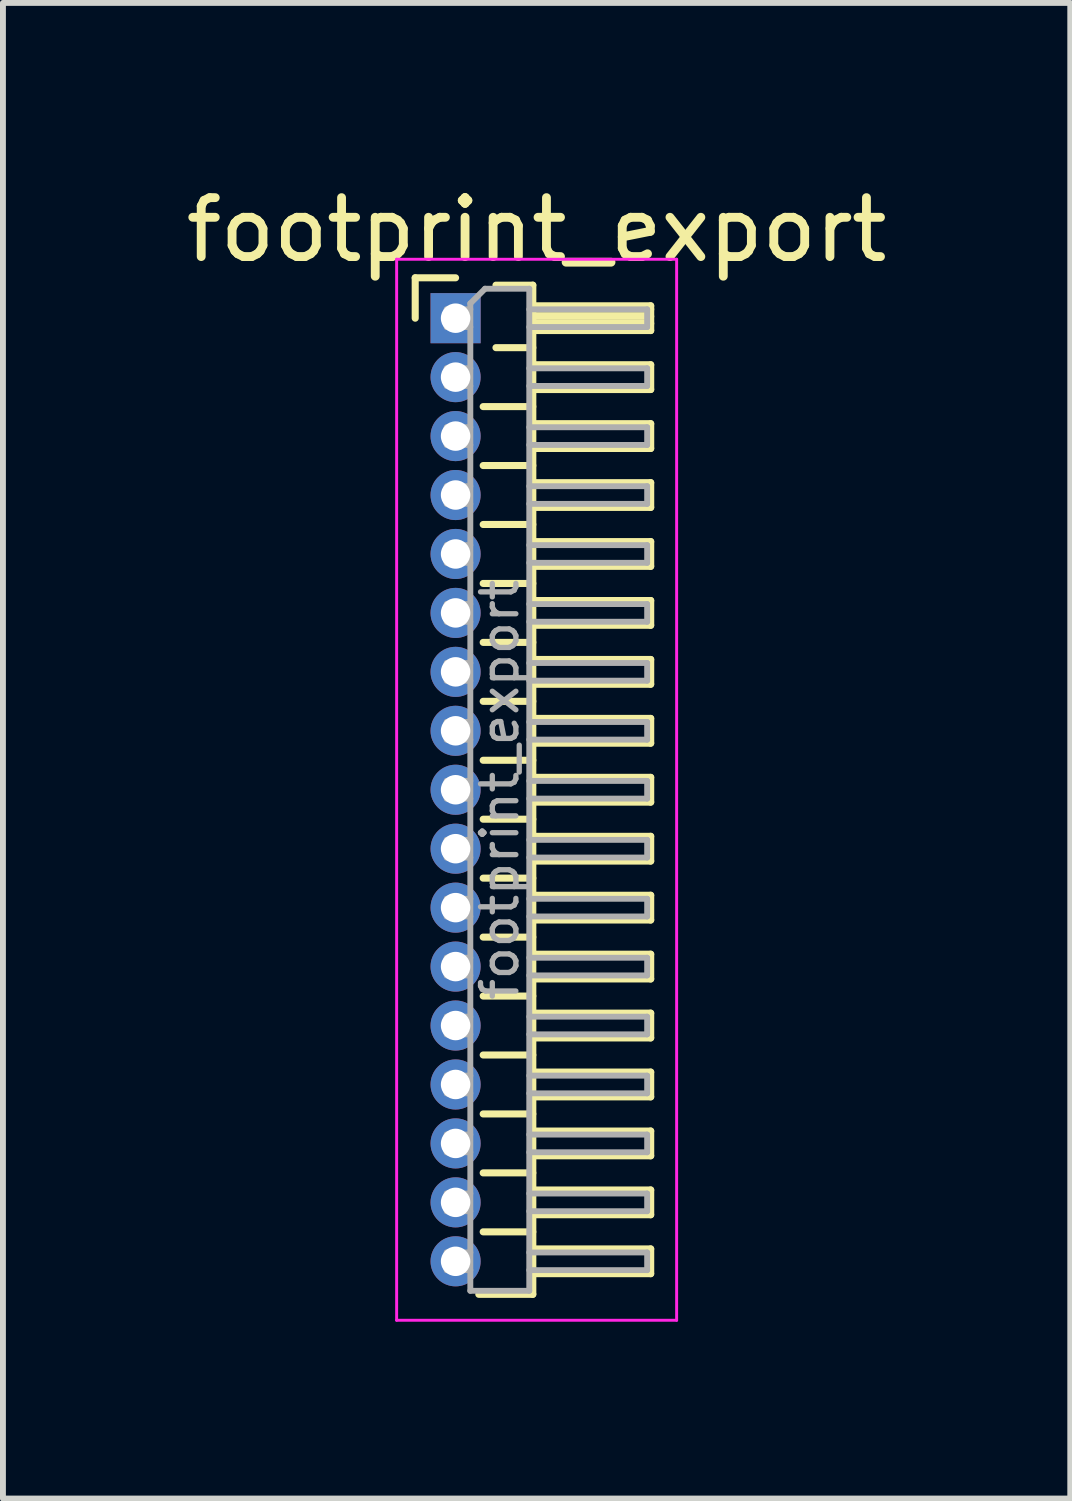
<source format=kicad_pcb>
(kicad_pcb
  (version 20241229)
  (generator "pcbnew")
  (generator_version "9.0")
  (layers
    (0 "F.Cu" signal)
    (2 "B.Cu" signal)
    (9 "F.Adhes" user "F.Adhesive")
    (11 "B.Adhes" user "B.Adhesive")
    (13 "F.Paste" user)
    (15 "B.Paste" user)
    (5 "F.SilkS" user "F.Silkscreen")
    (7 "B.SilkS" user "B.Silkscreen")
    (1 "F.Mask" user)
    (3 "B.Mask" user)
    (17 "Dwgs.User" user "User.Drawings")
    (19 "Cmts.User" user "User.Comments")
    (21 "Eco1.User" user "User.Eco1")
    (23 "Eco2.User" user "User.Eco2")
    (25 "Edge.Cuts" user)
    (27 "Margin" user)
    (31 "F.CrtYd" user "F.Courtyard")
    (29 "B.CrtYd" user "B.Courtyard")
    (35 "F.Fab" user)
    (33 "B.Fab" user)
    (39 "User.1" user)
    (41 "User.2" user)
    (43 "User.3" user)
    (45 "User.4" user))
  (footprint "footprint_export"
    (layer "F.Cu")
    (at 4.679 2.348)
    (property "Reference" "footprint_export" (at 1.375 -1.5 0) (layer "F.SilkS") (effects (font (size 1 1) (thickness 0.15))))
    (attr through_hole)
    (fp_line (start -0.685 -0.685) (end 0 -0.685) (stroke (width 0.12) (type solid)) (layer "F.SilkS"))
    (fp_line (start -0.685 0) (end -0.685 -0.685) (stroke (width 0.12) (type solid)) (layer "F.SilkS"))
    (fp_line (start 0.468 1.5) (end 1.31 1.5) (stroke (width 0.12) (type solid)) (layer "F.SilkS"))
    (fp_line (start 0.468 2.5) (end 1.31 2.5) (stroke (width 0.12) (type solid)) (layer "F.SilkS"))
    (fp_line (start 0.468 3.5) (end 1.31 3.5) (stroke (width 0.12) (type solid)) (layer "F.SilkS"))
    (fp_line (start 0.468 4.5) (end 1.31 4.5) (stroke (width 0.12) (type solid)) (layer "F.SilkS"))
    (fp_line (start 0.468 5.5) (end 1.31 5.5) (stroke (width 0.12) (type solid)) (layer "F.SilkS"))
    (fp_line (start 0.468 6.5) (end 1.31 6.5) (stroke (width 0.12) (type solid)) (layer "F.SilkS"))
    (fp_line (start 0.468 7.5) (end 1.31 7.5) (stroke (width 0.12) (type solid)) (layer "F.SilkS"))
    (fp_line (start 0.468 8.5) (end 1.31 8.5) (stroke (width 0.12) (type solid)) (layer "F.SilkS"))
    (fp_line (start 0.468 9.5) (end 1.31 9.5) (stroke (width 0.12) (type solid)) (layer "F.SilkS"))
    (fp_line (start 0.468 10.5) (end 1.31 10.5) (stroke (width 0.12) (type solid)) (layer "F.SilkS"))
    (fp_line (start 0.468 11.5) (end 1.31 11.5) (stroke (width 0.12) (type solid)) (layer "F.SilkS"))
    (fp_line (start 0.468 12.5) (end 1.31 12.5) (stroke (width 0.12) (type solid)) (layer "F.SilkS"))
    (fp_line (start 0.468 13.5) (end 1.31 13.5) (stroke (width 0.12) (type solid)) (layer "F.SilkS"))
    (fp_line (start 0.468 14.5) (end 1.31 14.5) (stroke (width 0.12) (type solid)) (layer "F.SilkS"))
    (fp_line (start 0.468 15.5) (end 1.31 15.5) (stroke (width 0.12) (type solid)) (layer "F.SilkS"))
    (fp_line (start 0.685 -0.56) (end 1.31 -0.56) (stroke (width 0.12) (type solid)) (layer "F.SilkS"))
    (fp_line (start 0.685 0.5) (end 1.31 0.5) (stroke (width 0.12) (type solid)) (layer "F.SilkS"))
    (fp_line (start 1.31 -0.56) (end 1.31 16.56) (stroke (width 0.12) (type solid)) (layer "F.SilkS"))
    (fp_line (start 1.31 -0.21) (end 3.31 -0.21) (stroke (width 0.12) (type solid)) (layer "F.SilkS"))
    (fp_line (start 1.31 -0.15) (end 3.31 -0.15) (stroke (width 0.12) (type solid)) (layer "F.SilkS"))
    (fp_line (start 1.31 -0.03) (end 3.31 -0.03) (stroke (width 0.12) (type solid)) (layer "F.SilkS"))
    (fp_line (start 1.31 0.09) (end 3.31 0.09) (stroke (width 0.12) (type solid)) (layer "F.SilkS"))
    (fp_line (start 1.31 0.79) (end 3.31 0.79) (stroke (width 0.12) (type solid)) (layer "F.SilkS"))
    (fp_line (start 1.31 1.79) (end 3.31 1.79) (stroke (width 0.12) (type solid)) (layer "F.SilkS"))
    (fp_line (start 1.31 2.79) (end 3.31 2.79) (stroke (width 0.12) (type solid)) (layer "F.SilkS"))
    (fp_line (start 1.31 3.79) (end 3.31 3.79) (stroke (width 0.12) (type solid)) (layer "F.SilkS"))
    (fp_line (start 1.31 4.79) (end 3.31 4.79) (stroke (width 0.12) (type solid)) (layer "F.SilkS"))
    (fp_line (start 1.31 5.79) (end 3.31 5.79) (stroke (width 0.12) (type solid)) (layer "F.SilkS"))
    (fp_line (start 1.31 6.79) (end 3.31 6.79) (stroke (width 0.12) (type solid)) (layer "F.SilkS"))
    (fp_line (start 1.31 7.79) (end 3.31 7.79) (stroke (width 0.12) (type solid)) (layer "F.SilkS"))
    (fp_line (start 1.31 8.79) (end 3.31 8.79) (stroke (width 0.12) (type solid)) (layer "F.SilkS"))
    (fp_line (start 1.31 9.79) (end 3.31 9.79) (stroke (width 0.12) (type solid)) (layer "F.SilkS"))
    (fp_line (start 1.31 10.79) (end 3.31 10.79) (stroke (width 0.12) (type solid)) (layer "F.SilkS"))
    (fp_line (start 1.31 11.79) (end 3.31 11.79) (stroke (width 0.12) (type solid)) (layer "F.SilkS"))
    (fp_line (start 1.31 12.79) (end 3.31 12.79) (stroke (width 0.12) (type solid)) (layer "F.SilkS"))
    (fp_line (start 1.31 13.79) (end 3.31 13.79) (stroke (width 0.12) (type solid)) (layer "F.SilkS"))
    (fp_line (start 1.31 14.79) (end 3.31 14.79) (stroke (width 0.12) (type solid)) (layer "F.SilkS"))
    (fp_line (start 1.31 15.79) (end 3.31 15.79) (stroke (width 0.12) (type solid)) (layer "F.SilkS"))
    (fp_line (start 1.31 16.56) (end 0.394 16.56) (stroke (width 0.12) (type solid)) (layer "F.SilkS"))
    (fp_line (start 3.31 -0.21) (end 3.31 0.21) (stroke (width 0.12) (type solid)) (layer "F.SilkS"))
    (fp_line (start 3.31 0.21) (end 1.31 0.21) (stroke (width 0.12) (type solid)) (layer "F.SilkS"))
    (fp_line (start 3.31 0.79) (end 3.31 1.21) (stroke (width 0.12) (type solid)) (layer "F.SilkS"))
    (fp_line (start 3.31 1.21) (end 1.31 1.21) (stroke (width 0.12) (type solid)) (layer "F.SilkS"))
    (fp_line (start 3.31 1.79) (end 3.31 2.21) (stroke (width 0.12) (type solid)) (layer "F.SilkS"))
    (fp_line (start 3.31 2.21) (end 1.31 2.21) (stroke (width 0.12) (type solid)) (layer "F.SilkS"))
    (fp_line (start 3.31 2.79) (end 3.31 3.21) (stroke (width 0.12) (type solid)) (layer "F.SilkS"))
    (fp_line (start 3.31 3.21) (end 1.31 3.21) (stroke (width 0.12) (type solid)) (layer "F.SilkS"))
    (fp_line (start 3.31 3.79) (end 3.31 4.21) (stroke (width 0.12) (type solid)) (layer "F.SilkS"))
    (fp_line (start 3.31 4.21) (end 1.31 4.21) (stroke (width 0.12) (type solid)) (layer "F.SilkS"))
    (fp_line (start 3.31 4.79) (end 3.31 5.21) (stroke (width 0.12) (type solid)) (layer "F.SilkS"))
    (fp_line (start 3.31 5.21) (end 1.31 5.21) (stroke (width 0.12) (type solid)) (layer "F.SilkS"))
    (fp_line (start 3.31 5.79) (end 3.31 6.21) (stroke (width 0.12) (type solid)) (layer "F.SilkS"))
    (fp_line (start 3.31 6.21) (end 1.31 6.21) (stroke (width 0.12) (type solid)) (layer "F.SilkS"))
    (fp_line (start 3.31 6.79) (end 3.31 7.21) (stroke (width 0.12) (type solid)) (layer "F.SilkS"))
    (fp_line (start 3.31 7.21) (end 1.31 7.21) (stroke (width 0.12) (type solid)) (layer "F.SilkS"))
    (fp_line (start 3.31 7.79) (end 3.31 8.21) (stroke (width 0.12) (type solid)) (layer "F.SilkS"))
    (fp_line (start 3.31 8.21) (end 1.31 8.21) (stroke (width 0.12) (type solid)) (layer "F.SilkS"))
    (fp_line (start 3.31 8.79) (end 3.31 9.21) (stroke (width 0.12) (type solid)) (layer "F.SilkS"))
    (fp_line (start 3.31 9.21) (end 1.31 9.21) (stroke (width 0.12) (type solid)) (layer "F.SilkS"))
    (fp_line (start 3.31 9.79) (end 3.31 10.21) (stroke (width 0.12) (type solid)) (layer "F.SilkS"))
    (fp_line (start 3.31 10.21) (end 1.31 10.21) (stroke (width 0.12) (type solid)) (layer "F.SilkS"))
    (fp_line (start 3.31 10.79) (end 3.31 11.21) (stroke (width 0.12) (type solid)) (layer "F.SilkS"))
    (fp_line (start 3.31 11.21) (end 1.31 11.21) (stroke (width 0.12) (type solid)) (layer "F.SilkS"))
    (fp_line (start 3.31 11.79) (end 3.31 12.21) (stroke (width 0.12) (type solid)) (layer "F.SilkS"))
    (fp_line (start 3.31 12.21) (end 1.31 12.21) (stroke (width 0.12) (type solid)) (layer "F.SilkS"))
    (fp_line (start 3.31 12.79) (end 3.31 13.21) (stroke (width 0.12) (type solid)) (layer "F.SilkS"))
    (fp_line (start 3.31 13.21) (end 1.31 13.21) (stroke (width 0.12) (type solid)) (layer "F.SilkS"))
    (fp_line (start 3.31 13.79) (end 3.31 14.21) (stroke (width 0.12) (type solid)) (layer "F.SilkS"))
    (fp_line (start 3.31 14.21) (end 1.31 14.21) (stroke (width 0.12) (type solid)) (layer "F.SilkS"))
    (fp_line (start 3.31 14.79) (end 3.31 15.21) (stroke (width 0.12) (type solid)) (layer "F.SilkS"))
    (fp_line (start 3.31 15.21) (end 1.31 15.21) (stroke (width 0.12) (type solid)) (layer "F.SilkS"))
    (fp_line (start 3.31 15.79) (end 3.31 16.21) (stroke (width 0.12) (type solid)) (layer "F.SilkS"))
    (fp_line (start 3.31 16.21) (end 1.31 16.21) (stroke (width 0.12) (type solid)) (layer "F.SilkS"))
    (fp_line (start -1 -1) (end -1 17) (stroke (width 0.05) (type solid)) (layer "F.CrtYd"))
    (fp_line (start -1 17) (end 3.75 17) (stroke (width 0.05) (type solid)) (layer "F.CrtYd"))
    (fp_line (start 3.75 -1) (end -1 -1) (stroke (width 0.05) (type solid)) (layer "F.CrtYd"))
    (fp_line (start 3.75 17) (end 3.75 -1) (stroke (width 0.05) (type solid)) (layer "F.CrtYd"))
    (fp_line (start -0.15 -0.15) (end -0.15 0.15) (stroke (width 0.1) (type solid)) (layer "F.Fab"))
    (fp_line (start -0.15 -0.15) (end 0.25 -0.15) (stroke (width 0.1) (type solid)) (layer "F.Fab"))
    (fp_line (start -0.15 0.15) (end 0.25 0.15) (stroke (width 0.1) (type solid)) (layer "F.Fab"))
    (fp_line (start -0.15 0.85) (end -0.15 1.15) (stroke (width 0.1) (type solid)) (layer "F.Fab"))
    (fp_line (start -0.15 0.85) (end 0.25 0.85) (stroke (width 0.1) (type solid)) (layer "F.Fab"))
    (fp_line (start -0.15 1.15) (end 0.25 1.15) (stroke (width 0.1) (type solid)) (layer "F.Fab"))
    (fp_line (start -0.15 1.85) (end -0.15 2.15) (stroke (width 0.1) (type solid)) (layer "F.Fab"))
    (fp_line (start -0.15 1.85) (end 0.25 1.85) (stroke (width 0.1) (type solid)) (layer "F.Fab"))
    (fp_line (start -0.15 2.15) (end 0.25 2.15) (stroke (width 0.1) (type solid)) (layer "F.Fab"))
    (fp_line (start -0.15 2.85) (end -0.15 3.15) (stroke (width 0.1) (type solid)) (layer "F.Fab"))
    (fp_line (start -0.15 2.85) (end 0.25 2.85) (stroke (width 0.1) (type solid)) (layer "F.Fab"))
    (fp_line (start -0.15 3.15) (end 0.25 3.15) (stroke (width 0.1) (type solid)) (layer "F.Fab"))
    (fp_line (start -0.15 3.85) (end -0.15 4.15) (stroke (width 0.1) (type solid)) (layer "F.Fab"))
    (fp_line (start -0.15 3.85) (end 0.25 3.85) (stroke (width 0.1) (type solid)) (layer "F.Fab"))
    (fp_line (start -0.15 4.15) (end 0.25 4.15) (stroke (width 0.1) (type solid)) (layer "F.Fab"))
    (fp_line (start -0.15 4.85) (end -0.15 5.15) (stroke (width 0.1) (type solid)) (layer "F.Fab"))
    (fp_line (start -0.15 4.85) (end 0.25 4.85) (stroke (width 0.1) (type solid)) (layer "F.Fab"))
    (fp_line (start -0.15 5.15) (end 0.25 5.15) (stroke (width 0.1) (type solid)) (layer "F.Fab"))
    (fp_line (start -0.15 5.85) (end -0.15 6.15) (stroke (width 0.1) (type solid)) (layer "F.Fab"))
    (fp_line (start -0.15 5.85) (end 0.25 5.85) (stroke (width 0.1) (type solid)) (layer "F.Fab"))
    (fp_line (start -0.15 6.15) (end 0.25 6.15) (stroke (width 0.1) (type solid)) (layer "F.Fab"))
    (fp_line (start -0.15 6.85) (end -0.15 7.15) (stroke (width 0.1) (type solid)) (layer "F.Fab"))
    (fp_line (start -0.15 6.85) (end 0.25 6.85) (stroke (width 0.1) (type solid)) (layer "F.Fab"))
    (fp_line (start -0.15 7.15) (end 0.25 7.15) (stroke (width 0.1) (type solid)) (layer "F.Fab"))
    (fp_line (start -0.15 7.85) (end -0.15 8.15) (stroke (width 0.1) (type solid)) (layer "F.Fab"))
    (fp_line (start -0.15 7.85) (end 0.25 7.85) (stroke (width 0.1) (type solid)) (layer "F.Fab"))
    (fp_line (start -0.15 8.15) (end 0.25 8.15) (stroke (width 0.1) (type solid)) (layer "F.Fab"))
    (fp_line (start -0.15 8.85) (end -0.15 9.15) (stroke (width 0.1) (type solid)) (layer "F.Fab"))
    (fp_line (start -0.15 8.85) (end 0.25 8.85) (stroke (width 0.1) (type solid)) (layer "F.Fab"))
    (fp_line (start -0.15 9.15) (end 0.25 9.15) (stroke (width 0.1) (type solid)) (layer "F.Fab"))
    (fp_line (start -0.15 9.85) (end -0.15 10.15) (stroke (width 0.1) (type solid)) (layer "F.Fab"))
    (fp_line (start -0.15 9.85) (end 0.25 9.85) (stroke (width 0.1) (type solid)) (layer "F.Fab"))
    (fp_line (start -0.15 10.15) (end 0.25 10.15) (stroke (width 0.1) (type solid)) (layer "F.Fab"))
    (fp_line (start -0.15 10.85) (end -0.15 11.15) (stroke (width 0.1) (type solid)) (layer "F.Fab"))
    (fp_line (start -0.15 10.85) (end 0.25 10.85) (stroke (width 0.1) (type solid)) (layer "F.Fab"))
    (fp_line (start -0.15 11.15) (end 0.25 11.15) (stroke (width 0.1) (type solid)) (layer "F.Fab"))
    (fp_line (start -0.15 11.85) (end -0.15 12.15) (stroke (width 0.1) (type solid)) (layer "F.Fab"))
    (fp_line (start -0.15 11.85) (end 0.25 11.85) (stroke (width 0.1) (type solid)) (layer "F.Fab"))
    (fp_line (start -0.15 12.15) (end 0.25 12.15) (stroke (width 0.1) (type solid)) (layer "F.Fab"))
    (fp_line (start -0.15 12.85) (end -0.15 13.15) (stroke (width 0.1) (type solid)) (layer "F.Fab"))
    (fp_line (start -0.15 12.85) (end 0.25 12.85) (stroke (width 0.1) (type solid)) (layer "F.Fab"))
    (fp_line (start -0.15 13.15) (end 0.25 13.15) (stroke (width 0.1) (type solid)) (layer "F.Fab"))
    (fp_line (start -0.15 13.85) (end -0.15 14.15) (stroke (width 0.1) (type solid)) (layer "F.Fab"))
    (fp_line (start -0.15 13.85) (end 0.25 13.85) (stroke (width 0.1) (type solid)) (layer "F.Fab"))
    (fp_line (start -0.15 14.15) (end 0.25 14.15) (stroke (width 0.1) (type solid)) (layer "F.Fab"))
    (fp_line (start -0.15 14.85) (end -0.15 15.15) (stroke (width 0.1) (type solid)) (layer "F.Fab"))
    (fp_line (start -0.15 14.85) (end 0.25 14.85) (stroke (width 0.1) (type solid)) (layer "F.Fab"))
    (fp_line (start -0.15 15.15) (end 0.25 15.15) (stroke (width 0.1) (type solid)) (layer "F.Fab"))
    (fp_line (start -0.15 15.85) (end -0.15 16.15) (stroke (width 0.1) (type solid)) (layer "F.Fab"))
    (fp_line (start -0.15 15.85) (end 0.25 15.85) (stroke (width 0.1) (type solid)) (layer "F.Fab"))
    (fp_line (start -0.15 16.15) (end 0.25 16.15) (stroke (width 0.1) (type solid)) (layer "F.Fab"))
    (fp_line (start 0.25 -0.25) (end 0.5 -0.5) (stroke (width 0.1) (type solid)) (layer "F.Fab"))
    (fp_line (start 0.25 16.5) (end 0.25 -0.25) (stroke (width 0.1) (type solid)) (layer "F.Fab"))
    (fp_line (start 0.5 -0.5) (end 1.25 -0.5) (stroke (width 0.1) (type solid)) (layer "F.Fab"))
    (fp_line (start 1.25 -0.5) (end 1.25 16.5) (stroke (width 0.1) (type solid)) (layer "F.Fab"))
    (fp_line (start 1.25 -0.15) (end 3.25 -0.15) (stroke (width 0.1) (type solid)) (layer "F.Fab"))
    (fp_line (start 1.25 0.15) (end 3.25 0.15) (stroke (width 0.1) (type solid)) (layer "F.Fab"))
    (fp_line (start 1.25 0.85) (end 3.25 0.85) (stroke (width 0.1) (type solid)) (layer "F.Fab"))
    (fp_line (start 1.25 1.15) (end 3.25 1.15) (stroke (width 0.1) (type solid)) (layer "F.Fab"))
    (fp_line (start 1.25 1.85) (end 3.25 1.85) (stroke (width 0.1) (type solid)) (layer "F.Fab"))
    (fp_line (start 1.25 2.15) (end 3.25 2.15) (stroke (width 0.1) (type solid)) (layer "F.Fab"))
    (fp_line (start 1.25 2.85) (end 3.25 2.85) (stroke (width 0.1) (type solid)) (layer "F.Fab"))
    (fp_line (start 1.25 3.15) (end 3.25 3.15) (stroke (width 0.1) (type solid)) (layer "F.Fab"))
    (fp_line (start 1.25 3.85) (end 3.25 3.85) (stroke (width 0.1) (type solid)) (layer "F.Fab"))
    (fp_line (start 1.25 4.15) (end 3.25 4.15) (stroke (width 0.1) (type solid)) (layer "F.Fab"))
    (fp_line (start 1.25 4.85) (end 3.25 4.85) (stroke (width 0.1) (type solid)) (layer "F.Fab"))
    (fp_line (start 1.25 5.15) (end 3.25 5.15) (stroke (width 0.1) (type solid)) (layer "F.Fab"))
    (fp_line (start 1.25 5.85) (end 3.25 5.85) (stroke (width 0.1) (type solid)) (layer "F.Fab"))
    (fp_line (start 1.25 6.15) (end 3.25 6.15) (stroke (width 0.1) (type solid)) (layer "F.Fab"))
    (fp_line (start 1.25 6.85) (end 3.25 6.85) (stroke (width 0.1) (type solid)) (layer "F.Fab"))
    (fp_line (start 1.25 7.15) (end 3.25 7.15) (stroke (width 0.1) (type solid)) (layer "F.Fab"))
    (fp_line (start 1.25 7.85) (end 3.25 7.85) (stroke (width 0.1) (type solid)) (layer "F.Fab"))
    (fp_line (start 1.25 8.15) (end 3.25 8.15) (stroke (width 0.1) (type solid)) (layer "F.Fab"))
    (fp_line (start 1.25 8.85) (end 3.25 8.85) (stroke (width 0.1) (type solid)) (layer "F.Fab"))
    (fp_line (start 1.25 9.15) (end 3.25 9.15) (stroke (width 0.1) (type solid)) (layer "F.Fab"))
    (fp_line (start 1.25 9.85) (end 3.25 9.85) (stroke (width 0.1) (type solid)) (layer "F.Fab"))
    (fp_line (start 1.25 10.15) (end 3.25 10.15) (stroke (width 0.1) (type solid)) (layer "F.Fab"))
    (fp_line (start 1.25 10.85) (end 3.25 10.85) (stroke (width 0.1) (type solid)) (layer "F.Fab"))
    (fp_line (start 1.25 11.15) (end 3.25 11.15) (stroke (width 0.1) (type solid)) (layer "F.Fab"))
    (fp_line (start 1.25 11.85) (end 3.25 11.85) (stroke (width 0.1) (type solid)) (layer "F.Fab"))
    (fp_line (start 1.25 12.15) (end 3.25 12.15) (stroke (width 0.1) (type solid)) (layer "F.Fab"))
    (fp_line (start 1.25 12.85) (end 3.25 12.85) (stroke (width 0.1) (type solid)) (layer "F.Fab"))
    (fp_line (start 1.25 13.15) (end 3.25 13.15) (stroke (width 0.1) (type solid)) (layer "F.Fab"))
    (fp_line (start 1.25 13.85) (end 3.25 13.85) (stroke (width 0.1) (type solid)) (layer "F.Fab"))
    (fp_line (start 1.25 14.15) (end 3.25 14.15) (stroke (width 0.1) (type solid)) (layer "F.Fab"))
    (fp_line (start 1.25 14.85) (end 3.25 14.85) (stroke (width 0.1) (type solid)) (layer "F.Fab"))
    (fp_line (start 1.25 15.15) (end 3.25 15.15) (stroke (width 0.1) (type solid)) (layer "F.Fab"))
    (fp_line (start 1.25 15.85) (end 3.25 15.85) (stroke (width 0.1) (type solid)) (layer "F.Fab"))
    (fp_line (start 1.25 16.15) (end 3.25 16.15) (stroke (width 0.1) (type solid)) (layer "F.Fab"))
    (fp_line (start 1.25 16.5) (end 0.25 16.5) (stroke (width 0.1) (type solid)) (layer "F.Fab"))
    (fp_line (start 3.25 -0.15) (end 3.25 0.15) (stroke (width 0.1) (type solid)) (layer "F.Fab"))
    (fp_line (start 3.25 0.85) (end 3.25 1.15) (stroke (width 0.1) (type solid)) (layer "F.Fab"))
    (fp_line (start 3.25 1.85) (end 3.25 2.15) (stroke (width 0.1) (type solid)) (layer "F.Fab"))
    (fp_line (start 3.25 2.85) (end 3.25 3.15) (stroke (width 0.1) (type solid)) (layer "F.Fab"))
    (fp_line (start 3.25 3.85) (end 3.25 4.15) (stroke (width 0.1) (type solid)) (layer "F.Fab"))
    (fp_line (start 3.25 4.85) (end 3.25 5.15) (stroke (width 0.1) (type solid)) (layer "F.Fab"))
    (fp_line (start 3.25 5.85) (end 3.25 6.15) (stroke (width 0.1) (type solid)) (layer "F.Fab"))
    (fp_line (start 3.25 6.85) (end 3.25 7.15) (stroke (width 0.1) (type solid)) (layer "F.Fab"))
    (fp_line (start 3.25 7.85) (end 3.25 8.15) (stroke (width 0.1) (type solid)) (layer "F.Fab"))
    (fp_line (start 3.25 8.85) (end 3.25 9.15) (stroke (width 0.1) (type solid)) (layer "F.Fab"))
    (fp_line (start 3.25 9.85) (end 3.25 10.15) (stroke (width 0.1) (type solid)) (layer "F.Fab"))
    (fp_line (start 3.25 10.85) (end 3.25 11.15) (stroke (width 0.1) (type solid)) (layer "F.Fab"))
    (fp_line (start 3.25 11.85) (end 3.25 12.15) (stroke (width 0.1) (type solid)) (layer "F.Fab"))
    (fp_line (start 3.25 12.85) (end 3.25 13.15) (stroke (width 0.1) (type solid)) (layer "F.Fab"))
    (fp_line (start 3.25 13.85) (end 3.25 14.15) (stroke (width 0.1) (type solid)) (layer "F.Fab"))
    (fp_line (start 3.25 14.85) (end 3.25 15.15) (stroke (width 0.1) (type solid)) (layer "F.Fab"))
    (fp_line (start 3.25 15.85) (end 3.25 16.15) (stroke (width 0.1) (type solid)) (layer "F.Fab"))
    (fp_text user "${REFERENCE}" (at 0.75 8 90) (layer "F.Fab") (effects (font (size 0.6 0.6) (thickness 0.09))))
    (pad "1" thru_hole rect (at 0 0) (size 0.85 0.85) (drill 0.5) (layers "*.Cu" "*.Mask"))
    (pad "2" thru_hole oval (at 0 1) (size 0.85 0.85) (drill 0.5) (layers "*.Cu" "*.Mask"))
    (pad "3" thru_hole oval (at 0 2) (size 0.85 0.85) (drill 0.5) (layers "*.Cu" "*.Mask"))
    (pad "4" thru_hole oval (at 0 3) (size 0.85 0.85) (drill 0.5) (layers "*.Cu" "*.Mask"))
    (pad "5" thru_hole oval (at 0 4) (size 0.85 0.85) (drill 0.5) (layers "*.Cu" "*.Mask"))
    (pad "6" thru_hole oval (at 0 5) (size 0.85 0.85) (drill 0.5) (layers "*.Cu" "*.Mask"))
    (pad "7" thru_hole oval (at 0 6) (size 0.85 0.85) (drill 0.5) (layers "*.Cu" "*.Mask"))
    (pad "8" thru_hole oval (at 0 7) (size 0.85 0.85) (drill 0.5) (layers "*.Cu" "*.Mask"))
    (pad "9" thru_hole oval (at 0 8) (size 0.85 0.85) (drill 0.5) (layers "*.Cu" "*.Mask"))
    (pad "10" thru_hole oval (at 0 9) (size 0.85 0.85) (drill 0.5) (layers "*.Cu" "*.Mask"))
    (pad "11" thru_hole oval (at 0 10) (size 0.85 0.85) (drill 0.5) (layers "*.Cu" "*.Mask"))
    (pad "12" thru_hole oval (at 0 11) (size 0.85 0.85) (drill 0.5) (layers "*.Cu" "*.Mask"))
    (pad "13" thru_hole oval (at 0 12) (size 0.85 0.85) (drill 0.5) (layers "*.Cu" "*.Mask"))
    (pad "14" thru_hole oval (at 0 13) (size 0.85 0.85) (drill 0.5) (layers "*.Cu" "*.Mask"))
    (pad "15" thru_hole oval (at 0 14) (size 0.85 0.85) (drill 0.5) (layers "*.Cu" "*.Mask"))
    (pad "16" thru_hole oval (at 0 15) (size 0.85 0.85) (drill 0.5) (layers "*.Cu" "*.Mask"))
    (pad "17" thru_hole oval (at 0 16) (size 0.85 0.85) (drill 0.5) (layers "*.Cu" "*.Mask")))
  (gr_rect
    (start -3 -3)
    (end 15.107 22.373)
    (stroke (width 0.1) (type default))
    (fill no)
    (layer "Edge.Cuts")))
</source>
